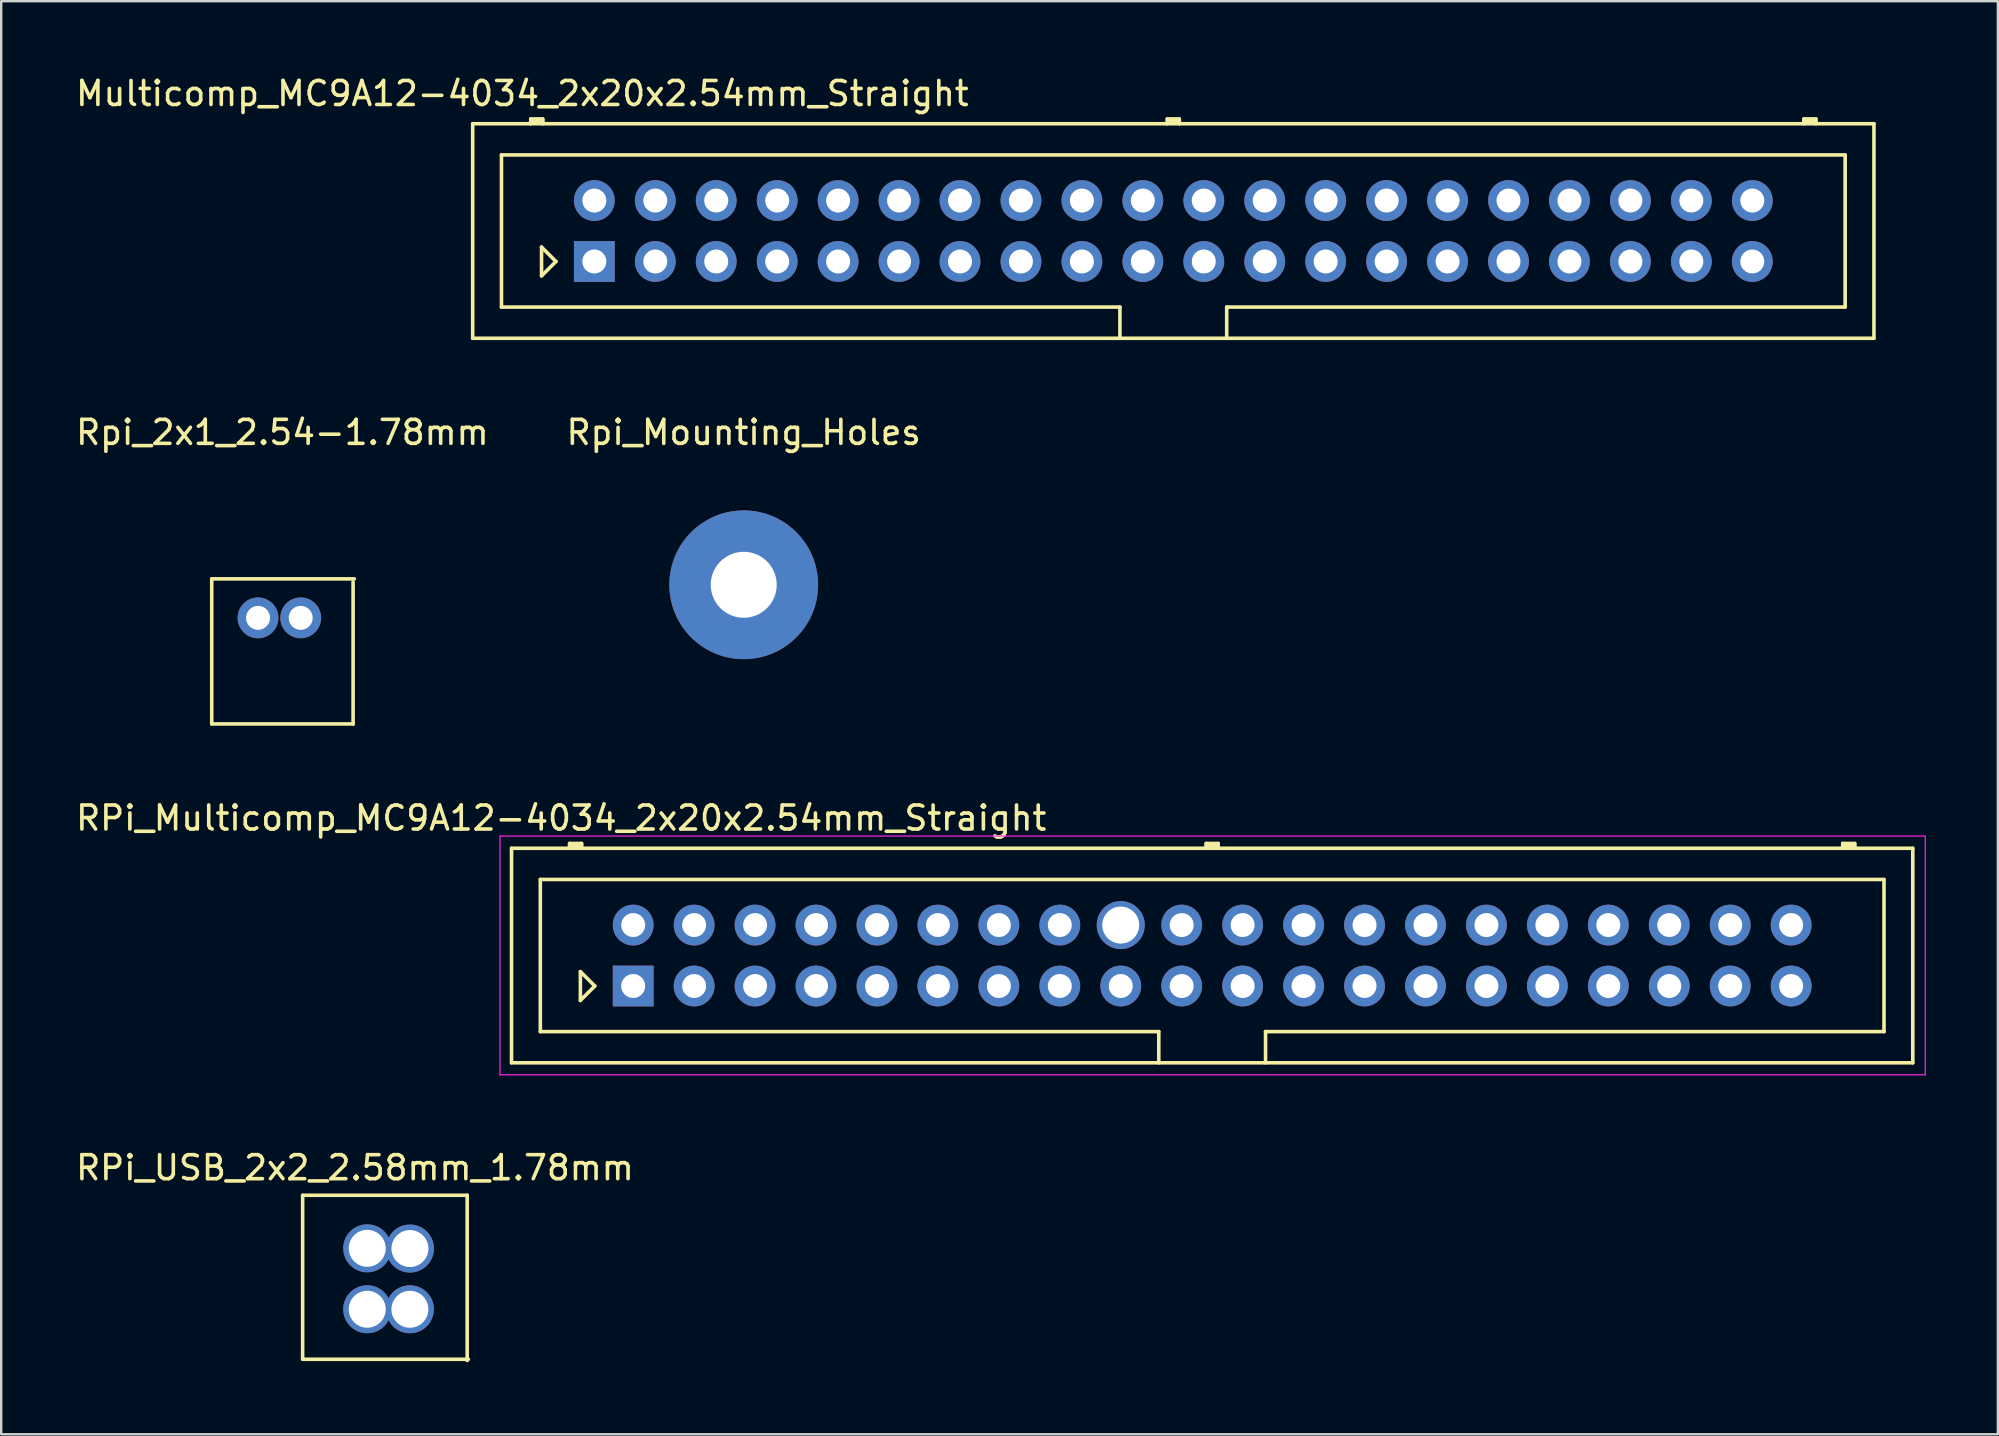
<source format=kicad_pcb>
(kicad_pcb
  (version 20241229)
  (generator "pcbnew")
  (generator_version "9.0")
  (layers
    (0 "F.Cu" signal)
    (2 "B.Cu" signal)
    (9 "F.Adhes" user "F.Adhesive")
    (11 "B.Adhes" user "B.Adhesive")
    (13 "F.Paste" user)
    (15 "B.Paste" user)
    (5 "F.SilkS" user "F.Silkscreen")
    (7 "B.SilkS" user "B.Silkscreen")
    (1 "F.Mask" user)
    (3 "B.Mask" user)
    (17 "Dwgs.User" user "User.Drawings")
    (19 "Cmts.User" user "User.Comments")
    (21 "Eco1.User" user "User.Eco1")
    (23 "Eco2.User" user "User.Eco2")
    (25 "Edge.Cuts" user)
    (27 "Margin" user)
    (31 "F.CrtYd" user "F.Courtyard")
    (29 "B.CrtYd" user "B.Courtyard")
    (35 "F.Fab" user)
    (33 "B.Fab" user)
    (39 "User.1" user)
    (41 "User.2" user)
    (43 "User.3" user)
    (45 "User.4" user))
  (footprint "Multicomp_MC9A12-4034_2x20x2.54mm_Straight"
    (layer "F.Cu")
    (at 21.72 7.848)
    (property "Reference" "Multicomp_MC9A12-4034_2x20x2.54mm_Straight" (at -3 -7 0) (layer "F.SilkS") (effects (font (size 1 1) (thickness 0.15))))
    (attr through_hole)
    (fp_line (start -5.07 -5.74) (end 53.33 -5.74) (stroke (width 0.15) (type solid)) (layer "F.SilkS"))
    (fp_line (start -5.07 3.2) (end -5.07 -5.74) (stroke (width 0.15) (type solid)) (layer "F.SilkS"))
    (fp_line (start -3.87 -4.44) (end 52.13 -4.44) (stroke (width 0.15) (type solid)) (layer "F.SilkS"))
    (fp_line (start -3.87 1.9) (end -3.87 -4.44) (stroke (width 0.15) (type solid)) (layer "F.SilkS"))
    (fp_line (start -2.65 -5.94) (end -2.15 -5.94) (stroke (width 0.15) (type solid)) (layer "F.SilkS"))
    (fp_line (start -2.65 -5.84) (end -2.15 -5.84) (stroke (width 0.15) (type solid)) (layer "F.SilkS"))
    (fp_line (start -2.65 -5.74) (end -2.65 -5.94) (stroke (width 0.15) (type solid)) (layer "F.SilkS"))
    (fp_line (start -2.2 -0.6) (end -1.6 0) (stroke (width 0.15) (type solid)) (layer "F.SilkS"))
    (fp_line (start -2.2 0.6) (end -2.2 -0.6) (stroke (width 0.15) (type solid)) (layer "F.SilkS"))
    (fp_line (start -2.15 -5.94) (end -2.15 -5.74) (stroke (width 0.15) (type solid)) (layer "F.SilkS"))
    (fp_line (start -1.6 0) (end -2.2 0.6) (stroke (width 0.15) (type solid)) (layer "F.SilkS"))
    (fp_line (start 21.905 1.9) (end -3.87 1.9) (stroke (width 0.15) (type solid)) (layer "F.SilkS"))
    (fp_line (start 21.905 3.2) (end 21.905 1.9) (stroke (width 0.15) (type solid)) (layer "F.SilkS"))
    (fp_line (start 23.88 -5.94) (end 24.38 -5.94) (stroke (width 0.15) (type solid)) (layer "F.SilkS"))
    (fp_line (start 23.88 -5.84) (end 24.38 -5.84) (stroke (width 0.15) (type solid)) (layer "F.SilkS"))
    (fp_line (start 23.88 -5.74) (end 23.88 -5.94) (stroke (width 0.15) (type solid)) (layer "F.SilkS"))
    (fp_line (start 24.38 -5.94) (end 24.38 -5.74) (stroke (width 0.15) (type solid)) (layer "F.SilkS"))
    (fp_line (start 26.355 1.9) (end 26.355 3.2) (stroke (width 0.15) (type solid)) (layer "F.SilkS"))
    (fp_line (start 50.41 -5.94) (end 50.91 -5.94) (stroke (width 0.15) (type solid)) (layer "F.SilkS"))
    (fp_line (start 50.41 -5.84) (end 50.91 -5.84) (stroke (width 0.15) (type solid)) (layer "F.SilkS"))
    (fp_line (start 50.41 -5.74) (end 50.41 -5.94) (stroke (width 0.15) (type solid)) (layer "F.SilkS"))
    (fp_line (start 50.91 -5.94) (end 50.91 -5.74) (stroke (width 0.15) (type solid)) (layer "F.SilkS"))
    (fp_line (start 52.13 -4.44) (end 52.13 1.9) (stroke (width 0.15) (type solid)) (layer "F.SilkS"))
    (fp_line (start 52.13 1.9) (end 26.355 1.9) (stroke (width 0.15) (type solid)) (layer "F.SilkS"))
    (fp_line (start 53.33 -5.74) (end 53.33 3.2) (stroke (width 0.15) (type solid)) (layer "F.SilkS"))
    (fp_line (start 53.33 3.2) (end -5.07 3.2) (stroke (width 0.15) (type solid)) (layer "F.SilkS"))
    (pad "1" thru_hole rect (at 0 0) (size 1.7 1.7) (drill 1) (layers "*.Cu" "*.Mask"))
    (pad "2" thru_hole circle (at 0 -2.54) (size 1.7 1.7) (drill 1) (layers "*.Cu" "*.Mask"))
    (pad "3" thru_hole circle (at 2.54 0) (size 1.7 1.7) (drill 1) (layers "*.Cu" "*.Mask"))
    (pad "4" thru_hole circle (at 2.54 -2.54) (size 1.7 1.7) (drill 1) (layers "*.Cu" "*.Mask"))
    (pad "5" thru_hole circle (at 5.08 0) (size 1.7 1.7) (drill 1) (layers "*.Cu" "*.Mask"))
    (pad "6" thru_hole circle (at 5.08 -2.54) (size 1.7 1.7) (drill 1) (layers "*.Cu" "*.Mask"))
    (pad "7" thru_hole circle (at 7.62 0) (size 1.7 1.7) (drill 1) (layers "*.Cu" "*.Mask"))
    (pad "8" thru_hole circle (at 7.62 -2.54) (size 1.7 1.7) (drill 1) (layers "*.Cu" "*.Mask"))
    (pad "9" thru_hole circle (at 10.16 0) (size 1.7 1.7) (drill 1) (layers "*.Cu" "*.Mask"))
    (pad "10" thru_hole circle (at 10.16 -2.54) (size 1.7 1.7) (drill 1) (layers "*.Cu" "*.Mask"))
    (pad "11" thru_hole circle (at 12.7 0) (size 1.7 1.7) (drill 1) (layers "*.Cu" "*.Mask"))
    (pad "12" thru_hole circle (at 12.7 -2.54) (size 1.7 1.7) (drill 1) (layers "*.Cu" "*.Mask"))
    (pad "13" thru_hole circle (at 15.24 0) (size 1.7 1.7) (drill 1) (layers "*.Cu" "*.Mask"))
    (pad "14" thru_hole circle (at 15.24 -2.54) (size 1.7 1.7) (drill 1) (layers "*.Cu" "*.Mask"))
    (pad "15" thru_hole circle (at 17.78 0) (size 1.7 1.7) (drill 1) (layers "*.Cu" "*.Mask"))
    (pad "16" thru_hole circle (at 17.78 -2.54) (size 1.7 1.7) (drill 1) (layers "*.Cu" "*.Mask"))
    (pad "17" thru_hole circle (at 20.32 0) (size 1.7 1.7) (drill 1) (layers "*.Cu" "*.Mask"))
    (pad "18" thru_hole circle (at 20.32 -2.54) (size 1.7 1.7) (drill 1) (layers "*.Cu" "*.Mask"))
    (pad "19" thru_hole circle (at 22.86 0) (size 1.7 1.7) (drill 1) (layers "*.Cu" "*.Mask"))
    (pad "20" thru_hole circle (at 22.86 -2.54) (size 1.7 1.7) (drill 1) (layers "*.Cu" "*.Mask"))
    (pad "21" thru_hole circle (at 25.4 0) (size 1.7 1.7) (drill 1) (layers "*.Cu" "*.Mask"))
    (pad "22" thru_hole circle (at 25.4 -2.54) (size 1.7 1.7) (drill 1) (layers "*.Cu" "*.Mask"))
    (pad "23" thru_hole circle (at 27.94 0) (size 1.7 1.7) (drill 1) (layers "*.Cu" "*.Mask"))
    (pad "24" thru_hole circle (at 27.94 -2.54) (size 1.7 1.7) (drill 1) (layers "*.Cu" "*.Mask"))
    (pad "25" thru_hole circle (at 30.48 0) (size 1.7 1.7) (drill 1) (layers "*.Cu" "*.Mask"))
    (pad "26" thru_hole circle (at 30.48 -2.54) (size 1.7 1.7) (drill 1) (layers "*.Cu" "*.Mask"))
    (pad "27" thru_hole circle (at 33.02 0) (size 1.7 1.7) (drill 1) (layers "*.Cu" "*.Mask"))
    (pad "28" thru_hole circle (at 33.02 -2.54) (size 1.7 1.7) (drill 1) (layers "*.Cu" "*.Mask"))
    (pad "29" thru_hole circle (at 35.56 0) (size 1.7 1.7) (drill 1) (layers "*.Cu" "*.Mask"))
    (pad "30" thru_hole circle (at 35.56 -2.54) (size 1.7 1.7) (drill 1) (layers "*.Cu" "*.Mask"))
    (pad "31" thru_hole circle (at 38.1 0) (size 1.7 1.7) (drill 1) (layers "*.Cu" "*.Mask"))
    (pad "32" thru_hole circle (at 38.1 -2.54) (size 1.7 1.7) (drill 1) (layers "*.Cu" "*.Mask"))
    (pad "33" thru_hole circle (at 40.64 0) (size 1.7 1.7) (drill 1) (layers "*.Cu" "*.Mask"))
    (pad "34" thru_hole circle (at 40.64 -2.54) (size 1.7 1.7) (drill 1) (layers "*.Cu" "*.Mask"))
    (pad "35" thru_hole circle (at 43.18 0) (size 1.7 1.7) (drill 1) (layers "*.Cu" "*.Mask"))
    (pad "36" thru_hole circle (at 43.18 -2.54) (size 1.7 1.7) (drill 1) (layers "*.Cu" "*.Mask"))
    (pad "37" thru_hole circle (at 45.72 0) (size 1.7 1.7) (drill 1) (layers "*.Cu" "*.Mask"))
    (pad "38" thru_hole circle (at 45.72 -2.54) (size 1.7 1.7) (drill 1) (layers "*.Cu" "*.Mask"))
    (pad "39" thru_hole circle (at 48.26 0) (size 1.7 1.7) (drill 1) (layers "*.Cu" "*.Mask"))
    (pad "40" thru_hole circle (at 48.26 -2.54) (size 1.7 1.7) (drill 1) (layers "*.Cu" "*.Mask")))
  (footprint "Rpi_2x1_2.54-1.78mm"
    (layer "F.Cu")
    (at 7.704 22.701)
    (property "Reference" "Rpi_2x1_2.54-1.78mm" (at 1.016 -7.73 0) (layer "F.SilkS") (effects (font (size 1 1) (thickness 0.15))))
    (attr through_hole)
    (fp_line (start -1.93 -1.626) (end 4.013 -1.626) (stroke (width 0.15) (type solid)) (layer "F.SilkS"))
    (fp_line (start -1.93 4.42) (end -1.93 -1.626) (stroke (width 0.15) (type solid)) (layer "F.SilkS"))
    (fp_line (start 3.962 -1.499) (end 3.962 4.42) (stroke (width 0.15) (type solid)) (layer "F.SilkS"))
    (fp_line (start 3.962 4.42) (end -1.93 4.42) (stroke (width 0.15) (type solid)) (layer "F.SilkS"))
    (pad "1" thru_hole circle (at 0 0) (size 1.7 1.7) (drill 1) (layers "*.Cu" "*.Mask"))
    (pad "3" thru_hole circle (at 1.778 0) (size 1.7 1.7) (drill 1) (layers "*.Cu" "*.Mask")))
  (footprint "RPi_Multicomp_MC9A12-4034_2x20x2.54mm_Straight"
    (layer "F.Cu")
    (at 23.339 38.044)
    (property "Reference" "RPi_Multicomp_MC9A12-4034_2x20x2.54mm_Straight" (at -3 -7 0) (layer "F.SilkS") (effects (font (size 1 1) (thickness 0.15))))
    (attr through_hole)
    (fp_line (start -5.07 -5.74) (end 53.33 -5.74) (stroke (width 0.15) (type solid)) (layer "F.SilkS"))
    (fp_line (start -5.07 3.2) (end -5.07 -5.74) (stroke (width 0.15) (type solid)) (layer "F.SilkS"))
    (fp_line (start -3.87 -4.44) (end 52.13 -4.44) (stroke (width 0.15) (type solid)) (layer "F.SilkS"))
    (fp_line (start -3.87 1.9) (end -3.87 -4.44) (stroke (width 0.15) (type solid)) (layer "F.SilkS"))
    (fp_line (start -2.65 -5.94) (end -2.15 -5.94) (stroke (width 0.15) (type solid)) (layer "F.SilkS"))
    (fp_line (start -2.65 -5.84) (end -2.15 -5.84) (stroke (width 0.15) (type solid)) (layer "F.SilkS"))
    (fp_line (start -2.65 -5.74) (end -2.65 -5.94) (stroke (width 0.15) (type solid)) (layer "F.SilkS"))
    (fp_line (start -2.2 -0.6) (end -1.6 0) (stroke (width 0.15) (type solid)) (layer "F.SilkS"))
    (fp_line (start -2.2 0.6) (end -2.2 -0.6) (stroke (width 0.15) (type solid)) (layer "F.SilkS"))
    (fp_line (start -2.15 -5.94) (end -2.15 -5.74) (stroke (width 0.15) (type solid)) (layer "F.SilkS"))
    (fp_line (start -1.6 0) (end -2.2 0.6) (stroke (width 0.15) (type solid)) (layer "F.SilkS"))
    (fp_line (start 21.905 1.9) (end -3.87 1.9) (stroke (width 0.15) (type solid)) (layer "F.SilkS"))
    (fp_line (start 21.905 3.2) (end 21.905 1.9) (stroke (width 0.15) (type solid)) (layer "F.SilkS"))
    (fp_line (start 23.88 -5.94) (end 24.38 -5.94) (stroke (width 0.15) (type solid)) (layer "F.SilkS"))
    (fp_line (start 23.88 -5.84) (end 24.38 -5.84) (stroke (width 0.15) (type solid)) (layer "F.SilkS"))
    (fp_line (start 23.88 -5.74) (end 23.88 -5.94) (stroke (width 0.15) (type solid)) (layer "F.SilkS"))
    (fp_line (start 24.38 -5.94) (end 24.38 -5.74) (stroke (width 0.15) (type solid)) (layer "F.SilkS"))
    (fp_line (start 26.355 1.9) (end 26.355 3.2) (stroke (width 0.15) (type solid)) (layer "F.SilkS"))
    (fp_line (start 50.41 -5.94) (end 50.91 -5.94) (stroke (width 0.15) (type solid)) (layer "F.SilkS"))
    (fp_line (start 50.41 -5.84) (end 50.91 -5.84) (stroke (width 0.15) (type solid)) (layer "F.SilkS"))
    (fp_line (start 50.41 -5.74) (end 50.41 -5.94) (stroke (width 0.15) (type solid)) (layer "F.SilkS"))
    (fp_line (start 50.91 -5.94) (end 50.91 -5.74) (stroke (width 0.15) (type solid)) (layer "F.SilkS"))
    (fp_line (start 52.13 -4.44) (end 52.13 1.9) (stroke (width 0.15) (type solid)) (layer "F.SilkS"))
    (fp_line (start 52.13 1.9) (end 26.355 1.9) (stroke (width 0.15) (type solid)) (layer "F.SilkS"))
    (fp_line (start 53.33 -5.74) (end 53.33 3.2) (stroke (width 0.15) (type solid)) (layer "F.SilkS"))
    (fp_line (start 53.33 3.2) (end -5.07 3.2) (stroke (width 0.15) (type solid)) (layer "F.SilkS"))
    (fp_line (start -5.55 -6.25) (end 53.85 -6.25) (stroke (width 0.05) (type solid)) (layer "F.CrtYd"))
    (fp_line (start -5.55 3.7) (end -5.55 -6.25) (stroke (width 0.05) (type solid)) (layer "F.CrtYd"))
    (fp_line (start 53.85 -6.25) (end 53.85 3.7) (stroke (width 0.05) (type solid)) (layer "F.CrtYd"))
    (fp_line (start 53.85 3.7) (end -5.55 3.7) (stroke (width 0.05) (type solid)) (layer "F.CrtYd"))
    (pad "1" thru_hole rect (at 0 0) (size 1.7 1.7) (drill 1) (layers "*.Cu" "*.Mask"))
    (pad "2" thru_hole circle (at 0 -2.54) (size 1.7 1.7) (drill 1) (layers "*.Cu" "*.Mask"))
    (pad "3" thru_hole circle (at 2.54 0) (size 1.7 1.7) (drill 1) (layers "*.Cu" "*.Mask"))
    (pad "4" thru_hole circle (at 2.54 -2.54) (size 1.7 1.7) (drill 1) (layers "*.Cu" "*.Mask"))
    (pad "5" thru_hole circle (at 5.08 0) (size 1.7 1.7) (drill 1) (layers "*.Cu" "*.Mask"))
    (pad "6" thru_hole circle (at 5.08 -2.54) (size 1.7 1.7) (drill 1) (layers "*.Cu" "*.Mask"))
    (pad "7" thru_hole circle (at 7.62 0) (size 1.7 1.7) (drill 1) (layers "*.Cu" "*.Mask"))
    (pad "8" thru_hole circle (at 7.62 -2.54) (size 1.7 1.7) (drill 1) (layers "*.Cu" "*.Mask"))
    (pad "9" thru_hole circle (at 10.16 0) (size 1.7 1.7) (drill 1) (layers "*.Cu" "*.Mask"))
    (pad "10" thru_hole circle (at 10.16 -2.54) (size 1.7 1.7) (drill 1) (layers "*.Cu" "*.Mask"))
    (pad "11" thru_hole circle (at 12.7 0) (size 1.7 1.7) (drill 1) (layers "*.Cu" "*.Mask"))
    (pad "12" thru_hole circle (at 12.7 -2.54) (size 1.7 1.7) (drill 1) (layers "*.Cu" "*.Mask"))
    (pad "13" thru_hole circle (at 15.24 0) (size 1.7 1.7) (drill 1) (layers "*.Cu" "*.Mask"))
    (pad "14" thru_hole circle (at 15.24 -2.54) (size 1.7 1.7) (drill 1) (layers "*.Cu" "*.Mask"))
    (pad "15" thru_hole circle (at 17.78 0) (size 1.7 1.7) (drill 1) (layers "*.Cu" "*.Mask"))
    (pad "16" thru_hole circle (at 17.78 -2.54) (size 1.7 1.7) (drill 1) (layers "*.Cu" "*.Mask"))
    (pad "17" thru_hole circle (at 20.32 0) (size 1.7 1.7) (drill 1) (layers "*.Cu" "*.Mask"))
    (pad "18" thru_hole circle (at 20.32 -2.54) (size 2 2) (drill 1.54) (layers "*.Cu" "*.Mask"))
    (pad "19" thru_hole circle (at 22.86 0) (size 1.7 1.7) (drill 1) (layers "*.Cu" "*.Mask"))
    (pad "20" thru_hole circle (at 22.86 -2.54) (size 1.7 1.7) (drill 1) (layers "*.Cu" "*.Mask"))
    (pad "21" thru_hole circle (at 25.4 0) (size 1.7 1.7) (drill 1) (layers "*.Cu" "*.Mask"))
    (pad "22" thru_hole circle (at 25.4 -2.54) (size 1.7 1.7) (drill 1) (layers "*.Cu" "*.Mask"))
    (pad "23" thru_hole circle (at 27.94 0) (size 1.7 1.7) (drill 1) (layers "*.Cu" "*.Mask"))
    (pad "24" thru_hole circle (at 27.94 -2.54) (size 1.7 1.7) (drill 1) (layers "*.Cu" "*.Mask"))
    (pad "25" thru_hole circle (at 30.48 0) (size 1.7 1.7) (drill 1) (layers "*.Cu" "*.Mask"))
    (pad "26" thru_hole circle (at 30.48 -2.54) (size 1.7 1.7) (drill 1) (layers "*.Cu" "*.Mask"))
    (pad "27" thru_hole circle (at 33.02 0) (size 1.7 1.7) (drill 1) (layers "*.Cu" "*.Mask"))
    (pad "28" thru_hole circle (at 33.02 -2.54) (size 1.7 1.7) (drill 1) (layers "*.Cu" "*.Mask"))
    (pad "29" thru_hole circle (at 35.56 0) (size 1.7 1.7) (drill 1) (layers "*.Cu" "*.Mask"))
    (pad "30" thru_hole circle (at 35.56 -2.54) (size 1.7 1.7) (drill 1) (layers "*.Cu" "*.Mask"))
    (pad "31" thru_hole circle (at 38.1 0) (size 1.7 1.7) (drill 1) (layers "*.Cu" "*.Mask"))
    (pad "32" thru_hole circle (at 38.1 -2.54) (size 1.7 1.7) (drill 1) (layers "*.Cu" "*.Mask"))
    (pad "33" thru_hole circle (at 40.64 0) (size 1.7 1.7) (drill 1) (layers "*.Cu" "*.Mask"))
    (pad "34" thru_hole circle (at 40.64 -2.54) (size 1.7 1.7) (drill 1) (layers "*.Cu" "*.Mask"))
    (pad "35" thru_hole circle (at 43.18 0) (size 1.7 1.7) (drill 1) (layers "*.Cu" "*.Mask"))
    (pad "36" thru_hole circle (at 43.18 -2.54) (size 1.7 1.7) (drill 1) (layers "*.Cu" "*.Mask"))
    (pad "37" thru_hole circle (at 45.72 0) (size 1.7 1.7) (drill 1) (layers "*.Cu" "*.Mask"))
    (pad "38" thru_hole circle (at 45.72 -2.54) (size 1.7 1.7) (drill 1) (layers "*.Cu" "*.Mask"))
    (pad "39" thru_hole circle (at 48.26 0) (size 1.7 1.7) (drill 1) (layers "*.Cu" "*.Mask"))
    (pad "40" thru_hole circle (at 48.26 -2.54) (size 1.7 1.7) (drill 1) (layers "*.Cu" "*.Mask")))
  (footprint "RPi_USB_2x2_2.58mm_1.78mm"
    (layer "F.Cu")
    (at 12.255 48.976)
    (property "Reference" "RPi_USB_2x2_2.58mm_1.78mm" (at -0.511 -3.359 0) (layer "F.SilkS") (effects (font (size 1 1) (thickness 0.15))))
    (attr through_hole)
    (fp_line (start -2.692 -2.21) (end 4.166 -2.21) (stroke (width 0.15) (type solid)) (layer "F.SilkS"))
    (fp_line (start -2.692 4.623) (end -2.692 -2.21) (stroke (width 0.15) (type solid)) (layer "F.SilkS"))
    (fp_line (start 4.166 -2.21) (end 4.166 4.674) (stroke (width 0.15) (type solid)) (layer "F.SilkS"))
    (fp_line (start 4.216 4.623) (end -2.692 4.623) (stroke (width 0.15) (type solid)) (layer "F.SilkS"))
    (pad "1" thru_hole circle (at 0 0) (size 2 2) (drill 1.54) (layers "*.Cu" "*.Mask"))
    (pad "2" thru_hole circle (at 1.78 0.01) (size 2 2) (drill 1.54) (layers "*.Cu" "*.Mask"))
    (pad "3" thru_hole circle (at 0 2.54) (size 2 2) (drill 1.54) (layers "*.Cu" "*.Mask"))
    (pad "4" thru_hole circle (at 1.778 2.54) (size 2 2) (drill 1.54) (layers "*.Cu" "*.Mask")))
  (footprint "Rpi_Mounting_Holes"
    (layer "F.Cu")
    (at 27.946 21.322)
    (property "Reference" "Rpi_Mounting_Holes" (at 0 -6.35 0) (layer "F.SilkS") (effects (font (size 1 1) (thickness 0.15))))
    (attr through_hole)
    (pad "" np_thru_hole circle (at 0 0) (size 6.2 6.2) (drill 2.75) (layers "*.Cu" "*.Mask"))
    (pad "1" thru_hole circle (at 0 0) (size 1.524 1.524) (drill 0.762) (layers "*.Cu" "*.Mask")))
  (gr_rect
    (start -3 -3)
    (end 80.214 56.725)
    (stroke (width 0.1) (type default))
    (fill no)
    (layer "Edge.Cuts")))
</source>
